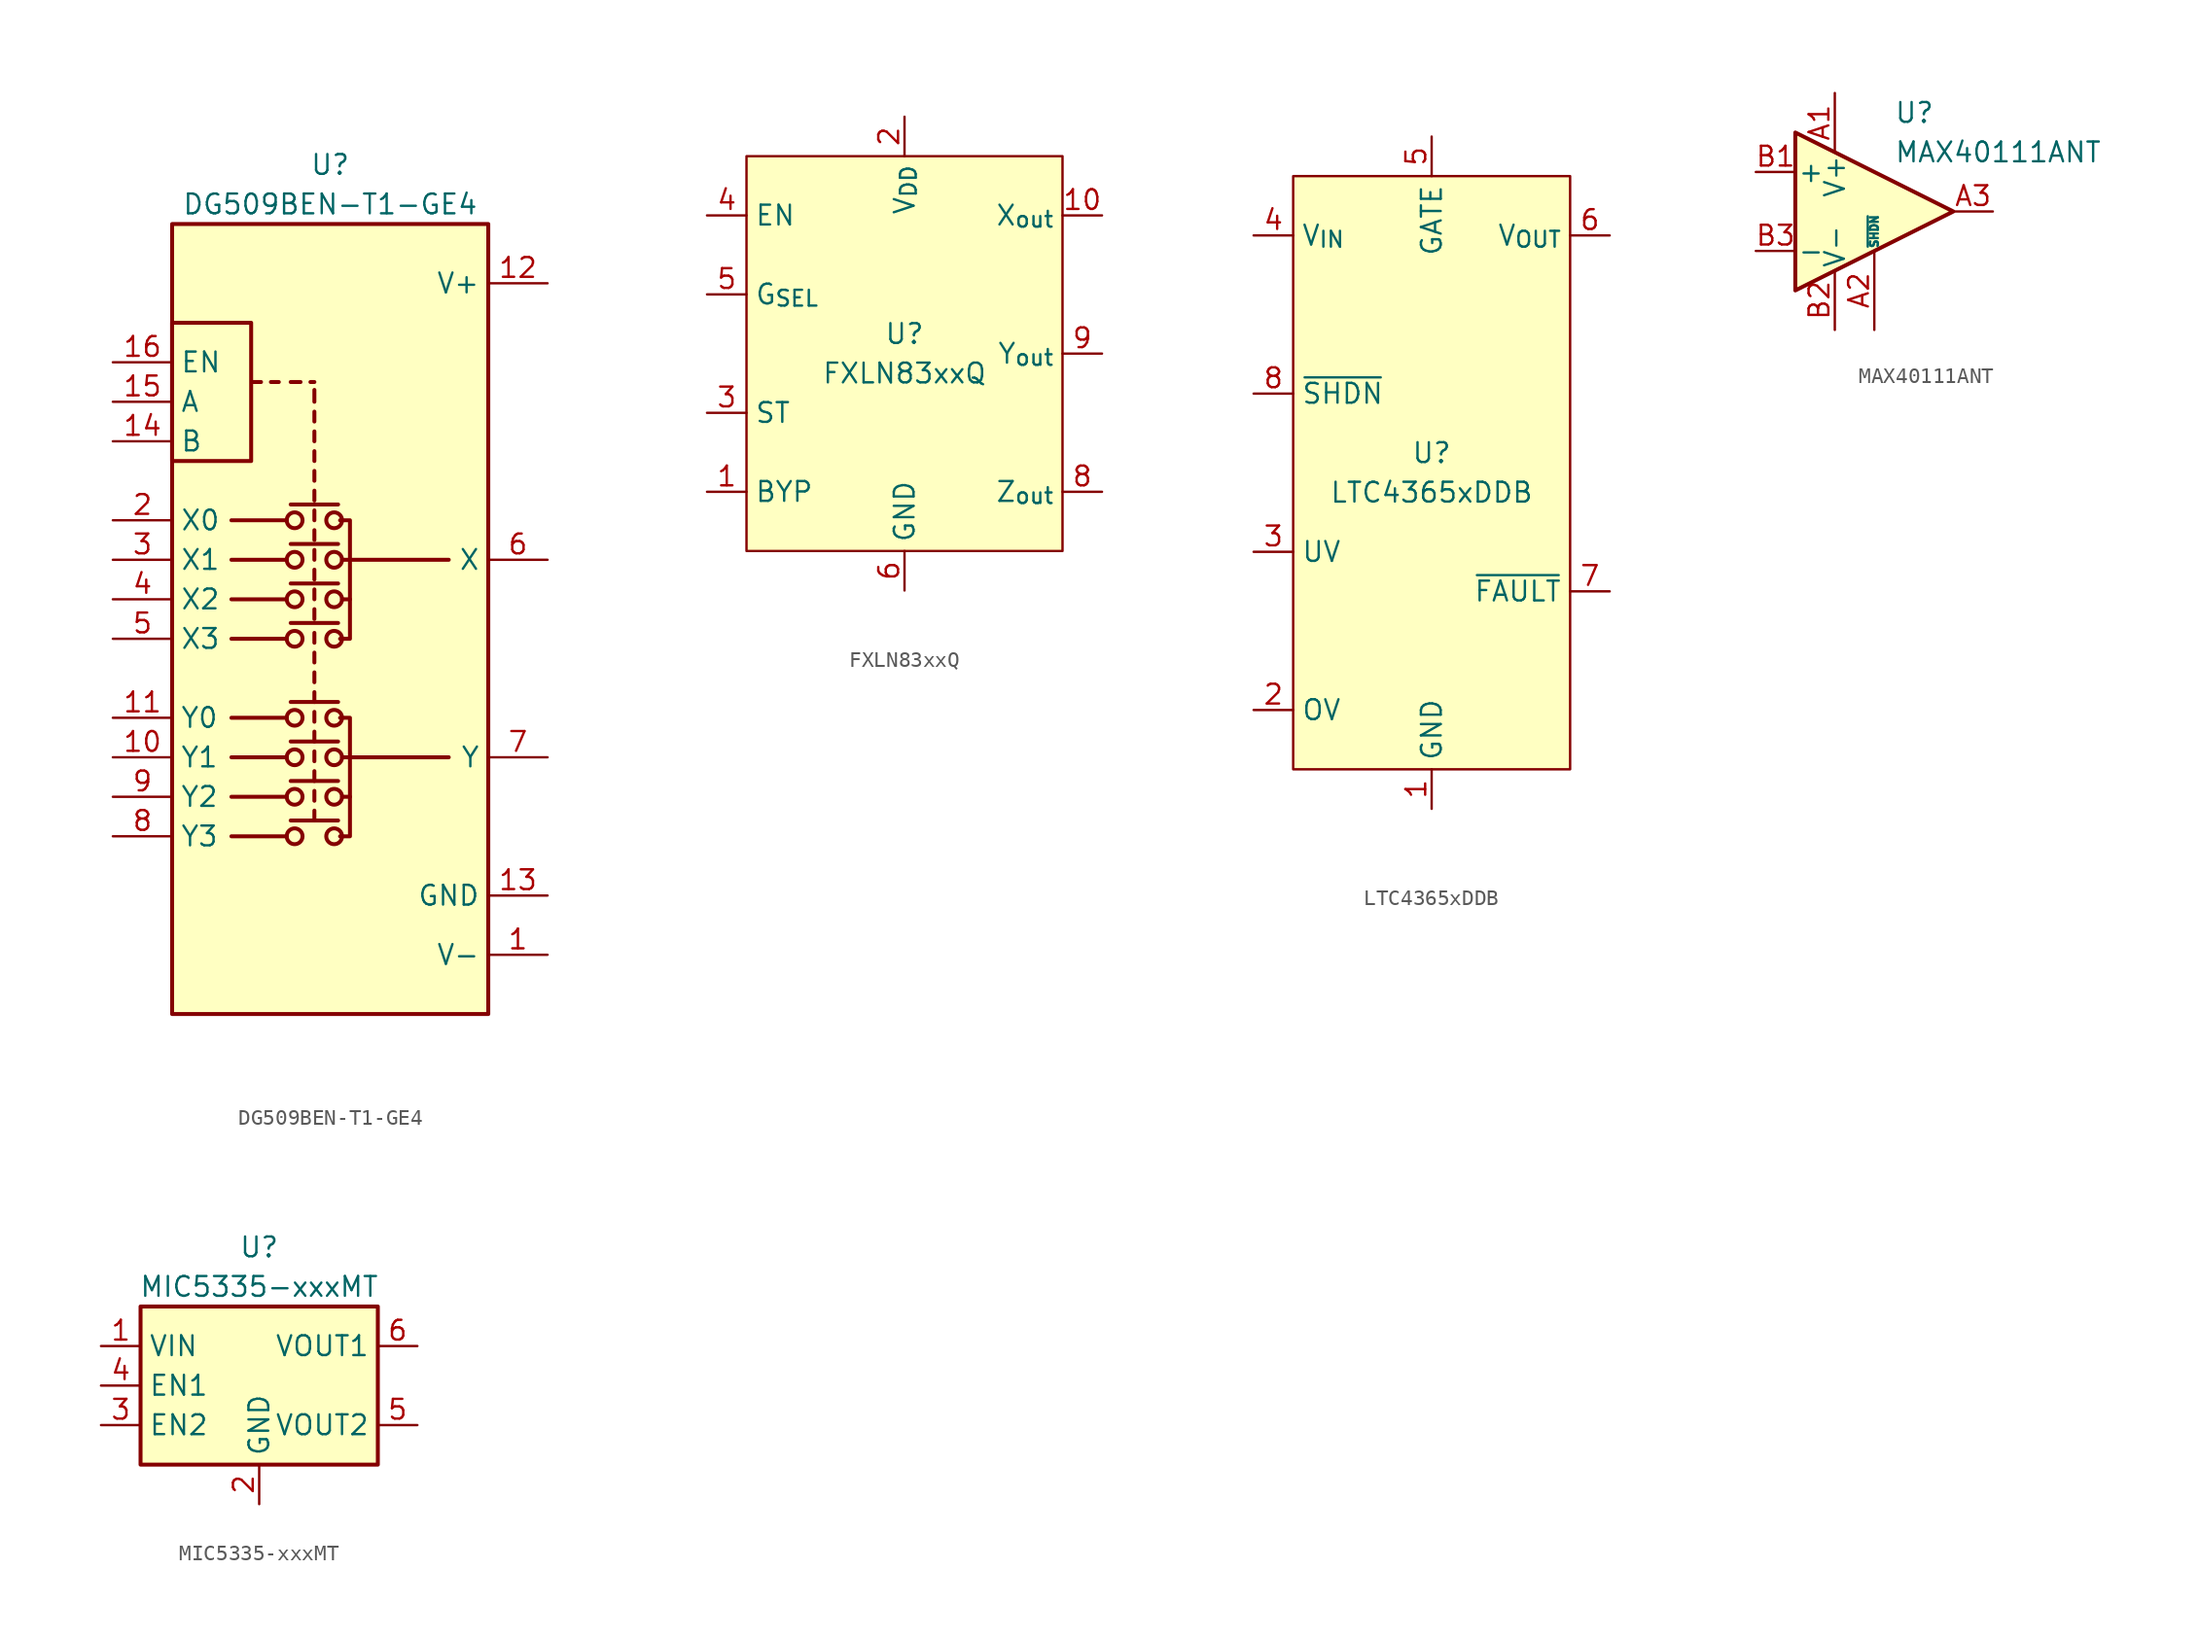
<source format=kicad_sym>
(kicad_symbol_lib
  (version 20220914)
  (generator kicad_symbol_editor)
  (symbol "DG509BEN-T1-GE4"
    (property "Reference" "U"
      (at 0 29.21 0)
      (effects (font (size 1.27 1.27))))
    (property "Value" "DG509BEN-T1-GE4"
      (at 0 26.67 0)
      (effects (font (size 1.27 1.27))))
    (symbol "DG509BEN-T1-GE4_0_1"
      (rectangle (start -10.16 19.05) (end -5.08 10.16) (stroke (width 0.254) (type default)) (fill (type none)))
      (rectangle (start -10.16 25.4) (end 10.16 -25.4) (stroke (width 0.254) (type default)) (fill (type background)))
      (circle (center -2.286 -13.97) (radius 0.508) (stroke (width 0.254) (type default)) (fill (type none)))
      (circle (center -2.286 -11.43) (radius 0.508) (stroke (width 0.254) (type default)) (fill (type none)))
      (circle (center -2.286 -8.89) (radius 0.508) (stroke (width 0.254) (type default)) (fill (type none)))
      (circle (center -2.286 -6.35) (radius 0.508) (stroke (width 0.254) (type default)) (fill (type none)))
      (circle (center -2.286 -1.27) (radius 0.508) (stroke (width 0.254) (type default)) (fill (type none)))
      (circle (center -2.286 1.27) (radius 0.508) (stroke (width 0.254) (type default)) (fill (type none)))
      (circle (center -2.286 3.81) (radius 0.508) (stroke (width 0.254) (type default)) (fill (type none)))
      (circle (center -2.286 6.35) (radius 0.508) (stroke (width 0.254) (type default)) (fill (type none)))
      (polyline (pts (xy -4.445 15.24) (xy -4.953 15.24)) (stroke (width 0.254) (type default)) (fill (type none)))
      (polyline (pts (xy -3.302 15.24) (xy -3.81 15.24)) (stroke (width 0.254) (type default)) (fill (type none)))
      (polyline (pts (xy -2.794 -13.97) (xy -6.35 -13.97)) (stroke (width 0.254) (type default)) (fill (type none)))
      (polyline (pts (xy -2.794 -11.43) (xy -6.35 -11.43)) (stroke (width 0.254) (type default)) (fill (type none)))
      (polyline (pts (xy -2.794 -8.89) (xy -6.35 -8.89)) (stroke (width 0.254) (type default)) (fill (type none)))
      (polyline (pts (xy -2.794 -6.35) (xy -6.35 -6.35)) (stroke (width 0.254) (type default)) (fill (type none)))
      (polyline (pts (xy -2.794 -1.27) (xy -6.35 -1.27)) (stroke (width 0.254) (type default)) (fill (type none)))
      (polyline (pts (xy -2.794 1.27) (xy -6.35 1.27)) (stroke (width 0.254) (type default)) (fill (type none)))
      (polyline (pts (xy -2.794 3.81) (xy -6.35 3.81)) (stroke (width 0.254) (type default)) (fill (type none)))
      (polyline (pts (xy -2.794 6.35) (xy -6.35 6.35)) (stroke (width 0.254) (type default)) (fill (type none)))
      (polyline (pts (xy -2.54 -12.954) (xy 0.508 -12.954)) (stroke (width 0.254) (type default)) (fill (type none)))
      (polyline (pts (xy -2.54 -10.414) (xy 0.508 -10.414)) (stroke (width 0.254) (type default)) (fill (type none)))
      (polyline (pts (xy -2.54 -7.874) (xy 0.508 -7.874)) (stroke (width 0.254) (type default)) (fill (type none)))
      (polyline (pts (xy -2.54 -5.334) (xy 0.508 -5.334)) (stroke (width 0.254) (type default)) (fill (type none)))
      (polyline (pts (xy -2.54 -0.254) (xy 0.508 -0.254)) (stroke (width 0.254) (type default)) (fill (type none)))
      (polyline (pts (xy -2.54 2.286) (xy 0.508 2.286)) (stroke (width 0.254) (type default)) (fill (type none)))
      (polyline (pts (xy -2.54 4.826) (xy 0.508 4.826)) (stroke (width 0.254) (type default)) (fill (type none)))
      (polyline (pts (xy -2.54 7.366) (xy 0.508 7.366)) (stroke (width 0.254) (type default)) (fill (type none)))
      (polyline (pts (xy -2.54 15.24) (xy -1.905 15.24)) (stroke (width 0.254) (type default)) (fill (type none)))
      (polyline (pts (xy -1.016 -12.954) (xy -1.016 -12.319)) (stroke (width 0.254) (type default)) (fill (type none)))
      (polyline (pts (xy -1.016 -11.684) (xy -1.016 -11.049)) (stroke (width 0.254) (type default)) (fill (type none)))
      (polyline (pts (xy -1.016 -10.414) (xy -1.016 -9.779)) (stroke (width 0.254) (type default)) (fill (type none)))
      (polyline (pts (xy -1.016 -9.144) (xy -1.016 -8.509)) (stroke (width 0.254) (type default)) (fill (type none)))
      (polyline (pts (xy -1.016 -7.874) (xy -1.016 -7.239)) (stroke (width 0.254) (type default)) (fill (type none)))
      (polyline (pts (xy -1.016 -6.604) (xy -1.016 -5.969)) (stroke (width 0.254) (type default)) (fill (type none)))
      (polyline (pts (xy -1.016 -5.334) (xy -1.016 -4.699)) (stroke (width 0.254) (type default)) (fill (type none)))
      (polyline (pts (xy -1.016 -4.064) (xy -1.016 -3.429)) (stroke (width 0.254) (type default)) (fill (type none)))
      (polyline (pts (xy -1.016 -2.794) (xy -1.016 -2.159)) (stroke (width 0.254) (type default)) (fill (type none)))
      (polyline (pts (xy -1.016 -1.524) (xy -1.016 -0.889)) (stroke (width 0.254) (type default)) (fill (type none)))
      (polyline (pts (xy -1.016 0) (xy -1.016 0.635)) (stroke (width 0.254) (type default)) (fill (type none)))
      (polyline (pts (xy -1.016 1.27) (xy -1.016 1.905)) (stroke (width 0.254) (type default)) (fill (type none)))
      (polyline (pts (xy -1.016 2.54) (xy -1.016 3.175)) (stroke (width 0.254) (type default)) (fill (type none)))
      (polyline (pts (xy -1.016 3.81) (xy -1.016 4.445)) (stroke (width 0.254) (type default)) (fill (type none)))
      (polyline (pts (xy -1.016 5.08) (xy -1.016 5.715)) (stroke (width 0.254) (type default)) (fill (type none)))
      (polyline (pts (xy -1.016 6.35) (xy -1.016 6.985)) (stroke (width 0.254) (type default)) (fill (type none)))
      (polyline (pts (xy -1.016 7.62) (xy -1.016 8.255)) (stroke (width 0.254) (type default)) (fill (type none)))
      (polyline (pts (xy -1.016 8.89) (xy -1.016 9.525)) (stroke (width 0.254) (type default)) (fill (type none)))
      (polyline (pts (xy -1.016 10.16) (xy -1.016 10.795)) (stroke (width 0.254) (type default)) (fill (type none)))
      (polyline (pts (xy -1.016 11.43) (xy -1.016 12.065)) (stroke (width 0.254) (type default)) (fill (type none)))
      (polyline (pts (xy -1.016 12.7) (xy -1.016 13.335)) (stroke (width 0.254) (type default)) (fill (type none)))
      (polyline (pts (xy -1.016 13.97) (xy -1.016 14.732)) (stroke (width 0.254) (type default)) (fill (type none)))
      (polyline (pts (xy -1.016 15.24) (xy -1.27 15.24)) (stroke (width 0.254) (type default)) (fill (type none)))
      (polyline (pts (xy 0.762 -11.43) (xy 1.27 -11.43)) (stroke (width 0.254) (type default)) (fill (type none)))
      (polyline (pts (xy 0.762 -8.89) (xy 1.27 -8.89)) (stroke (width 0.254) (type default)) (fill (type none)))
      (polyline (pts (xy 0.762 1.27) (xy 1.27 1.27)) (stroke (width 0.254) (type default)) (fill (type none)))
      (polyline (pts (xy 0.762 3.81) (xy 1.27 3.81)) (stroke (width 0.254) (type default)) (fill (type none)))
      (polyline (pts (xy 1.27 3.81) (xy 7.62 3.81)) (stroke (width 0.254) (type default)) (fill (type none)))
      (polyline (pts (xy 7.62 -8.89) (xy 1.27 -8.89)) (stroke (width 0.254) (type default)) (fill (type none)))
      (polyline (pts (xy 0.635 -6.35) (xy 1.27 -6.35) (xy 1.27 -13.97) (xy 0.635 -13.97)) (stroke (width 0.254) (type default)) (fill (type none)))
      (polyline (pts (xy 0.635 -1.27) (xy 1.27 -1.27) (xy 1.27 6.35) (xy 0.635 6.35)) (stroke (width 0.254) (type default)) (fill (type none)))
      (circle (center 0.254 -13.97) (radius 0.508) (stroke (width 0.254) (type default)) (fill (type none)))
      (circle (center 0.254 -11.43) (radius 0.508) (stroke (width 0.254) (type default)) (fill (type none)))
      (circle (center 0.254 -8.89) (radius 0.508) (stroke (width 0.254) (type default)) (fill (type none)))
      (circle (center 0.254 -6.35) (radius 0.508) (stroke (width 0.254) (type default)) (fill (type none)))
      (circle (center 0.254 -1.27) (radius 0.508) (stroke (width 0.254) (type default)) (fill (type none)))
      (circle (center 0.254 1.27) (radius 0.508) (stroke (width 0.254) (type default)) (fill (type none)))
      (circle (center 0.254 3.81) (radius 0.508) (stroke (width 0.254) (type default)) (fill (type none)))
      (circle (center 0.254 6.35) (radius 0.508) (stroke (width 0.254) (type default)) (fill (type none))))
    (symbol "DG509BEN-T1-GE4_1_0"
      (pin power_in line (at 13.97 -17.78 180) (length 3.81) (name "GND" (effects (font (size 1.27 1.27)))) (number "13" (effects (font (size 1.27 1.27))))))
    (symbol "DG509BEN-T1-GE4_1_1"
      (pin power_in line (at 13.97 -21.59 180) (length 3.81) (name "V-" (effects (font (size 1.27 1.27)))) (number "1" (effects (font (size 1.27 1.27)))))
      (pin bidirectional line (at -13.97 -8.89 0) (length 3.81) (name "Y1" (effects (font (size 1.27 1.27)))) (number "10" (effects (font (size 1.27 1.27)))))
      (pin bidirectional line (at -13.97 -6.35 0) (length 3.81) (name "Y0" (effects (font (size 1.27 1.27)))) (number "11" (effects (font (size 1.27 1.27)))))
      (pin power_in line (at 13.97 21.59 180) (length 3.81) (name "V+" (effects (font (size 1.27 1.27)))) (number "12" (effects (font (size 1.27 1.27)))))
      (pin input line (at -13.97 11.43 0) (length 3.81) (name "B" (effects (font (size 1.27 1.27)))) (number "14" (effects (font (size 1.27 1.27)))))
      (pin input line (at -13.97 13.97 0) (length 3.81) (name "A" (effects (font (size 1.27 1.27)))) (number "15" (effects (font (size 1.27 1.27)))))
      (pin input line (at -13.97 16.51 0) (length 3.81) (name "EN" (effects (font (size 1.27 1.27)))) (number "16" (effects (font (size 1.27 1.27)))))
      (pin bidirectional line (at -13.97 6.35 0) (length 3.81) (name "X0" (effects (font (size 1.27 1.27)))) (number "2" (effects (font (size 1.27 1.27)))))
      (pin bidirectional line (at -13.97 3.81 0) (length 3.81) (name "X1" (effects (font (size 1.27 1.27)))) (number "3" (effects (font (size 1.27 1.27)))))
      (pin bidirectional line (at -13.97 1.27 0) (length 3.81) (name "X2" (effects (font (size 1.27 1.27)))) (number "4" (effects (font (size 1.27 1.27)))))
      (pin bidirectional line (at -13.97 -1.27 0) (length 3.81) (name "X3" (effects (font (size 1.27 1.27)))) (number "5" (effects (font (size 1.27 1.27)))))
      (pin bidirectional line (at 13.97 3.81 180) (length 3.81) (name "X" (effects (font (size 1.27 1.27)))) (number "6" (effects (font (size 1.27 1.27)))))
      (pin bidirectional line (at 13.97 -8.89 180) (length 3.81) (name "Y" (effects (font (size 1.27 1.27)))) (number "7" (effects (font (size 1.27 1.27)))))
      (pin bidirectional line (at -13.97 -13.97 0) (length 3.81) (name "Y3" (effects (font (size 1.27 1.27)))) (number "8" (effects (font (size 1.27 1.27)))))
      (pin bidirectional line (at -13.97 -11.43 0) (length 3.81) (name "Y2" (effects (font (size 1.27 1.27)))) (number "9" (effects (font (size 1.27 1.27)))))))
  (symbol "FXLN83xxQ"
    (property "Reference" "U"
      (at 0 1.27 0)
      (effects (font (size 1.27 1.27))))
    (property "Value" "FXLN83xxQ"
      (at 0 -1.27 0)
      (effects (font (size 1.27 1.27))))
    (symbol "FXLN83xxQ_0_0"
      (pin output line (at 12.7 8.89 180) (length 2.54) (name "X_{out}" (effects (font (size 1.27 1.27)))) (number "10" (effects (font (size 1.27 1.27)))))
      (pin no_connect line (at 0 5.08 0) (length 2.54) hide (name "NC" (effects (font (size 1.27 1.27)))) (number "11" (effects (font (size 1.27 1.27)))))
      (pin no_connect line (at 0 3.81 0) (length 2.54) hide (name "NC" (effects (font (size 1.27 1.27)))) (number "12" (effects (font (size 1.27 1.27)))))
      (pin power_in line (at 0 15.24 270) (length 2.54) (name "V_{DD}" (effects (font (size 1.27 1.27)))) (number "2" (effects (font (size 1.27 1.27)))))
      (pin input line (at -12.7 -3.81 0) (length 2.54) (name "ST" (effects (font (size 1.27 1.27)))) (number "3" (effects (font (size 1.27 1.27)))))
      (pin passive line (at 0 -15.24 90) (length 2.54) hide (name "GND" (effects (font (size 1.27 1.27)))) (number "7" (effects (font (size 1.27 1.27)))))
      (pin output line (at 12.7 -8.89 180) (length 2.54) (name "Z_{out}" (effects (font (size 1.27 1.27)))) (number "8" (effects (font (size 1.27 1.27))))))
    (symbol "FXLN83xxQ_0_1"
      (rectangle (start -10.16 12.7) (end 10.16 -12.7) (stroke (width 0) (type default)) (fill (type background))))
    (symbol "FXLN83xxQ_1_0"
      (pin passive line (at -12.7 -8.89 0) (length 2.54) (name "BYP" (effects (font (size 1.27 1.27)))) (number "1" (effects (font (size 1.27 1.27)))))
      (pin input line (at -12.7 8.89 0) (length 2.54) (name "EN" (effects (font (size 1.27 1.27)))) (number "4" (effects (font (size 1.27 1.27)))))
      (pin input line (at -12.7 3.81 0) (length 2.54) (name "G_{SEL}" (effects (font (size 1.27 1.27)))) (number "5" (effects (font (size 1.27 1.27)))))
      (pin power_in line (at 0 -15.24 90) (length 2.54) (name "GND" (effects (font (size 1.27 1.27)))) (number "6" (effects (font (size 1.27 1.27)))))
      (pin output line (at 12.7 0 180) (length 2.54) (name "Y_{out}" (effects (font (size 1.27 1.27)))) (number "9" (effects (font (size 1.27 1.27)))))))
  (symbol "LTC4365xDDB"
    (property "Reference" "U"
      (at 0 1.27 0)
      (effects (font (size 1.27 1.27))))
    (property "Value" "LTC4365xDDB"
      (at 0 -1.27 0)
      (effects (font (size 1.27 1.27))))
    (symbol "LTC4365xDDB_0_1"
      (rectangle (start -8.89 19.05) (end 8.89 -19.05) (stroke (width 0) (type default)) (fill (type background))))
    (symbol "LTC4365xDDB_1_1"
      (pin power_in line (at 0 -21.59 90) (length 2.54) (name "GND" (effects (font (size 1.27 1.27)))) (number "1" (effects (font (size 1.27 1.27)))))
      (pin input line (at -11.43 -15.24 0) (length 2.54) (name "OV" (effects (font (size 1.27 1.27)))) (number "2" (effects (font (size 1.27 1.27)))))
      (pin input line (at -11.43 -5.08 0) (length 2.54) (name "UV" (effects (font (size 1.27 1.27)))) (number "3" (effects (font (size 1.27 1.27)))))
      (pin power_in line (at -11.43 15.24 0) (length 2.54) (name "V_{IN}" (effects (font (size 1.27 1.27)))) (number "4" (effects (font (size 1.27 1.27)))))
      (pin output line (at 0 21.59 270) (length 2.54) (name "GATE" (effects (font (size 1.27 1.27)))) (number "5" (effects (font (size 1.27 1.27)))))
      (pin input line (at 11.43 15.24 180) (length 2.54) (name "V_{OUT}" (effects (font (size 1.27 1.27)))) (number "6" (effects (font (size 1.27 1.27)))))
      (pin output line (at 11.43 -7.62 180) (length 2.54) (name "~{FAULT}" (effects (font (size 1.27 1.27)))) (number "7" (effects (font (size 1.27 1.27)))))
      (pin output line (at -11.43 5.08 0) (length 2.54) (name "~{SHDN}" (effects (font (size 1.27 1.27)))) (number "8" (effects (font (size 1.27 1.27)))))
      (pin passive line (at 0 -21.59 90) (length 2.54) hide (name "GND" (effects (font (size 1.27 1.27)))) (number "9" (effects (font (size 1.27 1.27)))))))
  (symbol "MAX40111ANT"
    (pin_names
      (offset 0.127))
    (property "Reference" "U"
      (at 1.27 6.35 0)
      (effects (font (size 1.27 1.27)) (justify left)))
    (property "Value" "MAX40111ANT"
      (at 1.27 3.81 0)
      (effects (font (size 1.27 1.27)) (justify left)))
    (symbol "MAX40111ANT_0_1"
      (polyline (pts (xy -5.08 5.08) (xy 5.08 0) (xy -5.08 -5.08) (xy -5.08 5.08)) (stroke (width 0.254) (type default)) (fill (type background))))
    (symbol "MAX40111ANT_1_1"
      (pin power_in line (at -2.54 7.62 270) (length 3.81) (name "V+" (effects (font (size 1.27 1.27)))) (number "A1" (effects (font (size 1.27 1.27)))))
      (pin input line (at 0 -7.62 90) (length 5.08) (name "~{SHDN}" (effects (font (size 0.508 0.508)))) (number "A2" (effects (font (size 1.27 1.27)))))
      (pin output line (at 7.62 0 180) (length 2.54) (name "~" (effects (font (size 1.27 1.27)))) (number "A3" (effects (font (size 1.27 1.27)))))
      (pin input line (at -7.62 2.54 0) (length 2.54) (name "+" (effects (font (size 1.27 1.27)))) (number "B1" (effects (font (size 1.27 1.27)))))
      (pin power_in line (at -2.54 -7.62 90) (length 3.81) (name "V-" (effects (font (size 1.27 1.27)))) (number "B2" (effects (font (size 1.27 1.27)))))
      (pin input line (at -7.62 -2.54 0) (length 2.54) (name "-" (effects (font (size 1.27 1.27)))) (number "B3" (effects (font (size 1.27 1.27)))))))
  (symbol "MIC5335-xxxMT"
    (property "Reference" "U"
      (at 0 8.89 0)
      (effects (font (size 1.27 1.27))))
    (property "Value" "MIC5335-xxxMT"
      (at 0 6.35 0)
      (effects (font (size 1.27 1.27))))
    (symbol "MIC5335-xxxMT_0_1"
      (rectangle (start -7.62 5.08) (end 7.62 -5.08) (stroke (width 0.254) (type default)) (fill (type background))))
    (symbol "MIC5335-xxxMT_1_0"
      (pin passive line (at 0 -7.62 90) (length 2.54) hide (name "GND" (effects (font (size 1.27 1.27)))) (number "7" (effects (font (size 1.27 1.27))))))
    (symbol "MIC5335-xxxMT_1_1"
      (pin power_in line (at -10.16 2.54 0) (length 2.54) (name "VIN" (effects (font (size 1.27 1.27)))) (number "1" (effects (font (size 1.27 1.27)))))
      (pin power_in line (at 0 -7.62 90) (length 2.54) (name "GND" (effects (font (size 1.27 1.27)))) (number "2" (effects (font (size 1.27 1.27)))))
      (pin input line (at -10.16 -2.54 0) (length 2.54) (name "EN2" (effects (font (size 1.27 1.27)))) (number "3" (effects (font (size 1.27 1.27)))))
      (pin input line (at -10.16 0 0) (length 2.54) (name "EN1" (effects (font (size 1.27 1.27)))) (number "4" (effects (font (size 1.27 1.27)))))
      (pin power_out line (at 10.16 -2.54 180) (length 2.54) (name "VOUT2" (effects (font (size 1.27 1.27)))) (number "5" (effects (font (size 1.27 1.27)))))
      (pin power_out line (at 10.16 2.54 180) (length 2.54) (name "VOUT1" (effects (font (size 1.27 1.27)))) (number "6" (effects (font (size 1.27 1.27))))))))
</source>
